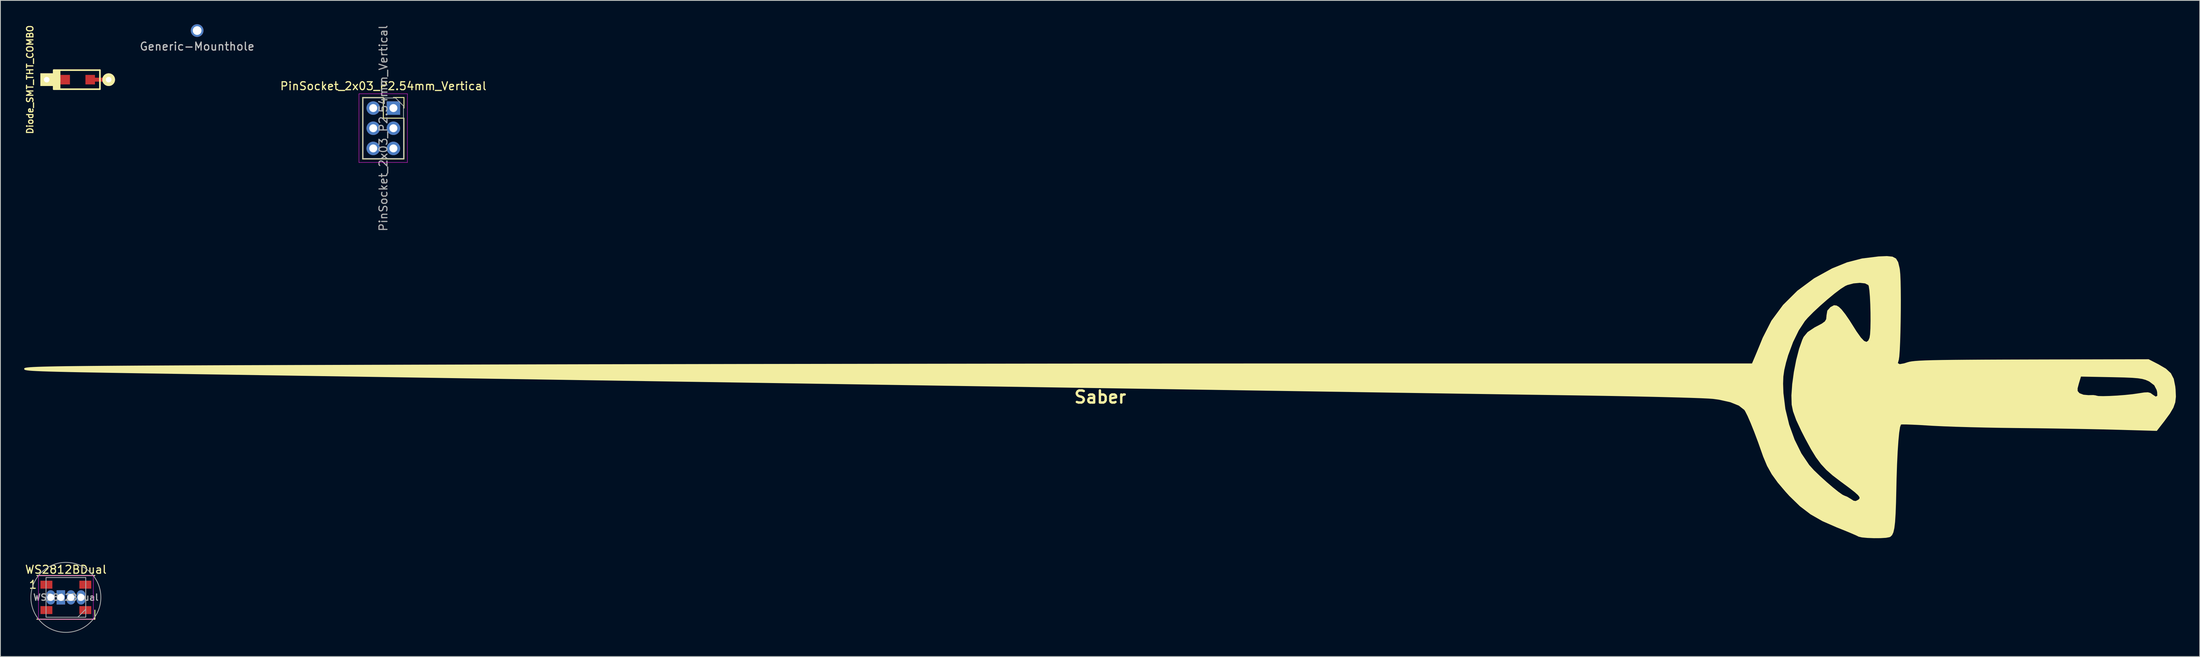
<source format=kicad_pcb>
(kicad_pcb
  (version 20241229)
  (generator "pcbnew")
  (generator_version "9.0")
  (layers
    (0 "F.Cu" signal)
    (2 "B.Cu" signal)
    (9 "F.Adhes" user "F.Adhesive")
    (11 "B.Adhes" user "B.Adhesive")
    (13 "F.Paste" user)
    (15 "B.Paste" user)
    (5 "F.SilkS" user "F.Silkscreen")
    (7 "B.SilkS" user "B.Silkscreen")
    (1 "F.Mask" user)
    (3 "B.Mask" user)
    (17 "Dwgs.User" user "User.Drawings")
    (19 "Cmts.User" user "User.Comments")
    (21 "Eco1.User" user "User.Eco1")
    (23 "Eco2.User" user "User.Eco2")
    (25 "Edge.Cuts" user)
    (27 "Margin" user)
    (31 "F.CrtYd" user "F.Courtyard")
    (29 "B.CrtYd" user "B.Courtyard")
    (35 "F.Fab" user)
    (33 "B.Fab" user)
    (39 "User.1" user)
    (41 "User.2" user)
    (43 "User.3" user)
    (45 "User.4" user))
  (footprint "Diode_SMT_THT_COMBO"
    (layer "F.Cu")
    (at 6.731 6.983)
    (property "Reference" "Diode_SMT_THT_COMBO" (at -6 0 90) (layer "F.SilkS") (effects (font (size 0.8 0.8) (thickness 0.15))))
    (attr smd)
    (fp_line (start -3.025 1.2) (end -3.025 -1.2) (stroke (width 0.2) (type solid)) (layer "F.SilkS"))
    (fp_line (start -3 -1.2) (end 2.8 -1.2) (stroke (width 0.2) (type solid)) (layer "F.SilkS"))
    (fp_line (start -2.925 -1.2) (end -2.925 1.2) (stroke (width 0.2) (type solid)) (layer "F.SilkS"))
    (fp_line (start -2.8 -1.2) (end -2.8 1.2) (stroke (width 0.2) (type solid)) (layer "F.SilkS"))
    (fp_line (start -2.625 -1.2) (end -2.625 1.2) (stroke (width 0.2) (type solid)) (layer "F.SilkS"))
    (fp_line (start -2.45 -1.2) (end -2.45 1.2) (stroke (width 0.2) (type solid)) (layer "F.SilkS"))
    (fp_line (start -2.275 -1.2) (end -2.275 1.2) (stroke (width 0.2) (type solid)) (layer "F.SilkS"))
    (fp_line (start 2.8 -1.2) (end 2.8 1.2) (stroke (width 0.2) (type solid)) (layer "F.SilkS"))
    (fp_line (start 2.8 1.2) (end -3 1.2) (stroke (width 0.2) (type solid)) (layer "F.SilkS"))
    (pad "1" thru_hole rect (at -3.9 0) (size 1.6 1.6) (drill 0.7) (layers "*.Cu" "*.Mask" "F.SilkS"))
    (pad "1" smd rect (at -2.7 0) (size 2.5 0.5) (layers "F.Cu"))
    (pad "1" smd rect (at -1.575 0) (size 1.2 1.2) (layers "F.Cu" "F.Mask" "F.Paste"))
    (pad "2" smd rect (at 1.575 0) (size 1.2 1.2) (layers "F.Cu" "F.Mask" "F.Paste"))
    (pad "2" smd rect (at 2.7 0) (size 2.5 0.5) (layers "F.Cu"))
    (pad "2" thru_hole circle (at 3.9 0) (size 1.6 1.6) (drill 0.7) (layers "*.Cu" "*.Mask" "F.SilkS")))
  (footprint "WS2812BDual"
    (layer "F.Cu")
    (at 5.244 72.187)
    (property "Reference" "WS2812BDual" (at 0 -3.5 0) (layer "F.SilkS") (effects (font (size 1 1) (thickness 0.15))))
    (attr smd)
    (fp_line (start -3.65 -2.75) (end 3.65 -2.75) (stroke (width 0.12) (type solid)) (layer "F.SilkS"))
    (fp_line (start -3.65 2.75) (end 3.65 2.75) (stroke (width 0.12) (type solid)) (layer "F.SilkS"))
    (fp_line (start 3.65 2.75) (end 3.65 1.6) (stroke (width 0.12) (type solid)) (layer "F.SilkS"))
    (fp_line (start -3.45 -2.75) (end -3.45 2.75) (stroke (width 0.05) (type solid)) (layer "F.CrtYd"))
    (fp_line (start -3.45 2.75) (end 3.45 2.75) (stroke (width 0.05) (type solid)) (layer "F.CrtYd"))
    (fp_line (start 3.45 -2.75) (end -3.45 -2.75) (stroke (width 0.05) (type solid)) (layer "F.CrtYd"))
    (fp_line (start 3.45 2.75) (end 3.45 -2.75) (stroke (width 0.05) (type solid)) (layer "F.CrtYd"))
    (fp_line (start -2.5 -2.5) (end -2.5 2.5) (stroke (width 0.1) (type solid)) (layer "F.Fab"))
    (fp_line (start -2.5 2.5) (end 2.5 2.5) (stroke (width 0.1) (type solid)) (layer "F.Fab"))
    (fp_line (start 2.5 -2.5) (end -2.5 -2.5) (stroke (width 0.1) (type solid)) (layer "F.Fab"))
    (fp_line (start 2.5 1.5) (end 1.5 2.5) (stroke (width 0.1) (type solid)) (layer "F.Fab"))
    (fp_line (start 2.5 2.5) (end 2.5 -2.5) (stroke (width 0.1) (type solid)) (layer "F.Fab"))
    (fp_circle (center 0 0) (end 4.405 0) (stroke (width 0.1) (type solid)) (fill no) (layer "F.Fab"))
    (fp_text user "1" (at -4.15 -1.6 0) (layer "F.SilkS") (effects (font (size 1 1) (thickness 0.15))))
    (fp_text user "${REFERENCE}" (at 0 0 0) (layer "F.Fab") (effects (font (size 0.8 0.8) (thickness 0.15))))
    (pad "1" smd rect (at -2.45 -1.6) (size 1.5 1) (layers "F.Cu" "F.Mask" "F.Paste"))
    (pad "1" thru_hole oval (at 0.635 0 180) (size 1.07 1.8) (drill 0.9) (layers "*.Cu" "*.Mask"))
    (pad "2" smd rect (at -2.45 1.6) (size 1.5 1) (layers "F.Cu" "F.Mask" "F.Paste"))
    (pad "2" thru_hole oval (at -1.905 0 180) (size 1.07 1.8) (drill 0.9) (layers "*.Cu" "*.Mask"))
    (pad "3" thru_hole rect (at -0.635 0 180) (size 1.07 1.8) (drill 0.9) (layers "*.Cu" "*.Mask"))
    (pad "3" smd rect (at 2.45 1.6) (size 1.5 1) (layers "F.Cu" "F.Mask" "F.Paste"))
    (pad "4" thru_hole oval (at 1.905 0 180) (size 1.07 1.8) (drill 0.9) (layers "*.Cu" "*.Mask"))
    (pad "4" smd rect (at 2.45 -1.6) (size 1.5 1) (layers "F.Cu" "F.Mask" "F.Paste")))
  (footprint "Generic-Mounthole"
    (layer "F.Cu")
    (at 21.771 0.8)
    (property "Reference" "Generic-Mounthole" (at 0 2 0) (layer "Dwgs.User") (effects (font (size 1 1) (thickness 0.15))))
    (attr exclude_from_pos_files exclude_from_bom)
    (pad "1" thru_hole circle (at 0 0) (size 1.6 1.6) (drill 1.1) (layers "*.Cu" "*.Mask")))
  (footprint "PinSocket_2x03_P2.54mm_Vertical"
    (layer "F.Cu")
    (at 46.481 10.561)
    (property "Reference" "PinSocket_2x03_P2.54mm_Vertical" (at -1.27 -2.77 0) (layer "F.SilkS") (effects (font (size 1 1) (thickness 0.15))))
    (attr through_hole)
    (fp_line (start -3.87 -1.33) (end -3.87 6.41) (stroke (width 0.12) (type solid)) (layer "F.SilkS"))
    (fp_line (start -3.87 -1.33) (end -1.27 -1.33) (stroke (width 0.12) (type solid)) (layer "F.SilkS"))
    (fp_line (start -3.87 6.41) (end 1.33 6.41) (stroke (width 0.12) (type solid)) (layer "F.SilkS"))
    (fp_line (start -1.27 -1.33) (end -1.27 1.27) (stroke (width 0.12) (type solid)) (layer "F.SilkS"))
    (fp_line (start -1.27 1.27) (end 1.33 1.27) (stroke (width 0.12) (type solid)) (layer "F.SilkS"))
    (fp_line (start 0 -1.33) (end 1.33 -1.33) (stroke (width 0.12) (type solid)) (layer "F.SilkS"))
    (fp_line (start 1.33 -1.33) (end 1.33 0) (stroke (width 0.12) (type solid)) (layer "F.SilkS"))
    (fp_line (start 1.33 1.27) (end 1.33 6.41) (stroke (width 0.12) (type solid)) (layer "F.SilkS"))
    (fp_line (start -4.34 -1.8) (end 1.76 -1.8) (stroke (width 0.05) (type solid)) (layer "F.CrtYd"))
    (fp_line (start -4.34 6.85) (end -4.34 -1.8) (stroke (width 0.05) (type solid)) (layer "F.CrtYd"))
    (fp_line (start 1.76 -1.8) (end 1.76 6.85) (stroke (width 0.05) (type solid)) (layer "F.CrtYd"))
    (fp_line (start 1.76 6.85) (end -4.34 6.85) (stroke (width 0.05) (type solid)) (layer "F.CrtYd"))
    (fp_line (start -3.81 -1.27) (end 0.27 -1.27) (stroke (width 0.1) (type solid)) (layer "F.Fab"))
    (fp_line (start -3.81 6.35) (end -3.81 -1.27) (stroke (width 0.1) (type solid)) (layer "F.Fab"))
    (fp_line (start 0.27 -1.27) (end 1.27 -0.27) (stroke (width 0.1) (type solid)) (layer "F.Fab"))
    (fp_line (start 1.27 -0.27) (end 1.27 6.35) (stroke (width 0.1) (type solid)) (layer "F.Fab"))
    (fp_line (start 1.27 6.35) (end -3.81 6.35) (stroke (width 0.1) (type solid)) (layer "F.Fab"))
    (fp_text user "${REFERENCE}" (at -1.27 2.54 270) (layer "F.Fab") (effects (font (size 1 1) (thickness 0.15))))
    (pad "1" thru_hole rect (at 0 0) (size 1.7 1.7) (drill 1) (layers "*.Cu" "*.Mask"))
    (pad "2" thru_hole oval (at -2.54 0) (size 1.7 1.7) (drill 1) (layers "*.Cu" "*.Mask"))
    (pad "3" thru_hole oval (at 0 2.54) (size 1.7 1.7) (drill 1) (layers "*.Cu" "*.Mask"))
    (pad "4" thru_hole oval (at -2.54 2.54) (size 1.7 1.7) (drill 1) (layers "*.Cu" "*.Mask"))
    (pad "5" thru_hole oval (at 0 5.08) (size 1.7 1.7) (drill 1) (layers "*.Cu" "*.Mask"))
    (pad "6" thru_hole oval (at -2.54 5.08) (size 1.7 1.7) (drill 1) (layers "*.Cu" "*.Mask")))
  (footprint "Saber"
    (layer "F.Cu")
    (at 135.469 46.959)
    (property "Reference" "Saber" (at 0 0 0) (layer "F.SilkS") (effects (font (size 1.524 1.524) (thickness 0.3))))
    (attr board_only exclude_from_pos_files exclude_from_bom)
    (fp_poly (pts (xy 99.752 -17.685) (xy 100.197 -17.446) (xy 100.467 -16.99) (xy 100.642 -16.266) (xy 100.68 -16.039) (xy 100.733 -15.478) (xy 100.771 -14.609) (xy 100.793 -13.505) (xy 100.802 -12.235) (xy 100.797 -10.871) (xy 100.78 -9.484) (xy 100.752 -8.145) (xy 100.714 -6.924) (xy 100.666 -5.893) (xy 100.61 -5.123) (xy 100.547 -4.684) (xy 100.527 -4.629) (xy 100.431 -4.272) (xy 100.659 -4.147) (xy 101.226 -4.248) (xy 101.614 -4.374) (xy 101.844 -4.439) (xy 102.157 -4.495) (xy 102.583 -4.543) (xy 103.152 -4.584) (xy 103.895 -4.619) (xy 104.842 -4.647) (xy 106.023 -4.67) (xy 107.468 -4.689) (xy 109.208 -4.703) (xy 111.273 -4.715) (xy 113.693 -4.724) (xy 116.498 -4.731) (xy 117.277 -4.733) (xy 132.001 -4.763) (xy 133.237 -4.128) (xy 134.184 -3.574) (xy 134.799 -3.005) (xy 135.163 -2.302) (xy 135.355 -1.349) (xy 135.397 -0.932) (xy 135.435 -0.056) (xy 135.357 0.663) (xy 135.119 1.338) (xy 134.681 2.083) (xy 134.001 3.01) (xy 133.905 3.135) (xy 133.032 4.258) (xy 127.847 4.113) (xy 126.284 4.073) (xy 124.406 4.034) (xy 122.318 3.995) (xy 120.129 3.96) (xy 117.944 3.929) (xy 115.872 3.906) (xy 115.378 3.901) (xy 113.46 3.877) (xy 111.498 3.841) (xy 109.58 3.796) (xy 107.79 3.744) (xy 106.215 3.686) (xy 104.941 3.627) (xy 104.505 3.601) (xy 103.318 3.529) (xy 102.285 3.478) (xy 101.477 3.45) (xy 100.965 3.447) (xy 100.816 3.465) (xy 100.704 3.783) (xy 100.595 4.484) (xy 100.495 5.526) (xy 100.404 6.867) (xy 100.327 8.467) (xy 100.266 10.284) (xy 100.238 11.528) (xy 100.197 13.29) (xy 100.145 14.676) (xy 100.078 15.731) (xy 99.986 16.502) (xy 99.865 17.037) (xy 99.707 17.381) (xy 99.507 17.58) (xy 99.376 17.645) (xy 98.934 17.727) (xy 98.233 17.769) (xy 97.406 17.773) (xy 96.585 17.741) (xy 95.902 17.677) (xy 95.491 17.583) (xy 95.462 17.567) (xy 95.149 17.413) (xy 94.529 17.144) (xy 93.693 16.798) (xy 92.729 16.413) (xy 92.71 16.405) (xy 90.929 15.626) (xy 89.437 14.772) (xy 88.096 13.749) (xy 86.773 12.463) (xy 86.319 11.966) (xy 85.306 10.774) (xy 84.546 9.718) (xy 83.961 8.673) (xy 83.473 7.51) (xy 83.317 7.068) (xy 82.827 5.683) (xy 82.343 4.393) (xy 81.891 3.267) (xy 81.5 2.372) (xy 81.197 1.777) (xy 81.084 1.61) (xy 80.402 1.079) (xy 79.339 0.65) (xy 77.925 0.335) (xy 77.144 0.229) (xy 76.618 0.19) (xy 75.708 0.147) (xy 74.452 0.102) (xy 72.89 0.054) (xy 71.061 0.006) (xy 69.004 -0.043) (xy 66.757 -0.091) (xy 64.359 -0.136) (xy 61.85 -0.179) (xy 59.902 -0.209) (xy 56.911 -0.253) (xy 53.679 -0.301) (xy 50.288 -0.351) (xy 46.823 -0.403) (xy 43.367 -0.455) (xy 40.006 -0.506) (xy 36.824 -0.555) (xy 33.903 -0.6) (xy 31.538 -0.637) (xy 28.799 -0.68) (xy 25.731 -0.728) (xy 22.429 -0.779) (xy 18.987 -0.833) (xy 15.499 -0.887) (xy 12.06 -0.94) (xy 8.765 -0.991) (xy 5.707 -1.038) (xy 4.445 -1.057) (xy 1.503 -1.102) (xy -1.736 -1.152) (xy -5.174 -1.205) (xy -8.714 -1.259) (xy -12.26 -1.314) (xy -15.713 -1.367) (xy -18.977 -1.418) (xy -21.955 -1.464) (xy -23.072 -1.482) (xy -25.917 -1.526) (xy -29.087 -1.575) (xy -32.484 -1.628) (xy -36.009 -1.682) (xy -36.072 -1.683) (xy 85.979 -1.683) (xy 86.019 -0.548) (xy 86.024 -0.465) (xy 86.265 1.498) (xy 86.746 3.475) (xy 87.432 5.372) (xy 88.284 7.094) (xy 89.264 8.547) (xy 89.856 9.207) (xy 90.646 9.963) (xy 91.47 10.708) (xy 92.259 11.384) (xy 92.943 11.932) (xy 93.451 12.292) (xy 93.687 12.408) (xy 94.052 12.552) (xy 94.438 12.785) (xy 94.856 13.052) (xy 95.127 13.09) (xy 95.443 12.928) (xy 95.448 12.925) (xy 95.596 12.785) (xy 95.595 12.606) (xy 95.406 12.349) (xy 94.99 11.974) (xy 94.308 11.441) (xy 93.323 10.712) (xy 93.163 10.594) (xy 92.213 9.869) (xy 91.428 9.177) (xy 90.749 8.442) (xy 90.116 7.589) (xy 89.473 6.542) (xy 88.759 5.225) (xy 88.273 4.275) (xy 87.628 2.896) (xy 87.228 1.792) (xy 87.056 0.956) (xy 87.025 -0.211) (xy 87.088 -1.093) (xy 123.058 -1.093) (xy 123.066 -0.764) (xy 123.248 -0.539) (xy 123.328 -0.477) (xy 123.798 -0.298) (xy 124.427 -0.241) (xy 124.504 -0.245) (xy 125.044 -0.254) (xy 125.375 -0.204) (xy 125.401 -0.188) (xy 125.672 -0.133) (xy 126.268 -0.118) (xy 127.092 -0.139) (xy 128.046 -0.189) (xy 129.036 -0.266) (xy 129.963 -0.362) (xy 130.65 -0.46) (xy 131.429 -0.579) (xy 131.915 -0.601) (xy 132.233 -0.517) (xy 132.503 -0.318) (xy 132.504 -0.317) (xy 132.898 -0.059) (xy 133.092 -0.166) (xy 133.073 -0.627) (xy 133.008 -0.896) (xy 132.703 -1.486) (xy 132.104 -1.941) (xy 131.971 -2.011) (xy 131.612 -2.166) (xy 131.197 -2.282) (xy 130.656 -2.366) (xy 129.917 -2.426) (xy 128.909 -2.468) (xy 127.56 -2.501) (xy 127.304 -2.506) (xy 123.48 -2.579) (xy 123.209 -1.672) (xy 123.058 -1.093) (xy 87.088 -1.093) (xy 87.125 -1.622) (xy 87.333 -3.152) (xy 87.629 -4.678) (xy 87.99 -6.076) (xy 88.395 -7.224) (xy 88.561 -7.578) (xy 89.065 -8.186) (xy 89.951 -8.776) (xy 90.175 -8.893) (xy 90.854 -9.252) (xy 91.233 -9.528) (xy 91.4 -9.814) (xy 91.44 -10.202) (xy 91.44 -10.264) (xy 91.546 -10.891) (xy 91.922 -11.312) (xy 91.969 -11.344) (xy 92.387 -11.567) (xy 92.716 -11.528) (xy 93.007 -11.357) (xy 93.345 -11.029) (xy 93.812 -10.439) (xy 94.326 -9.693) (xy 94.527 -9.375) (xy 95.23 -8.262) (xy 95.77 -7.503) (xy 96.176 -7.074) (xy 96.476 -6.95) (xy 96.7 -7.108) (xy 96.858 -7.461) (xy 96.929 -7.906) (xy 96.973 -8.644) (xy 96.99 -9.582) (xy 96.984 -10.624) (xy 96.956 -11.678) (xy 96.908 -12.648) (xy 96.843 -13.441) (xy 96.763 -13.962) (xy 96.707 -14.105) (xy 96.296 -14.317) (xy 95.628 -14.385) (xy 94.843 -14.314) (xy 94.081 -14.111) (xy 93.809 -13.991) (xy 93.236 -13.627) (xy 92.457 -13.038) (xy 91.562 -12.3) (xy 90.642 -11.493) (xy 89.785 -10.694) (xy 89.081 -9.981) (xy 88.725 -9.571) (xy 87.954 -8.398) (xy 87.233 -6.921) (xy 86.615 -5.259) (xy 86.348 -4.339) (xy 86.129 -3.409) (xy 86.011 -2.58) (xy 85.979 -1.683) (xy -36.072 -1.683) (xy -39.566 -1.737) (xy -43.054 -1.791) (xy -46.378 -1.842) (xy -49.437 -1.889) (xy -50.483 -1.905) (xy -53.425 -1.95) (xy -56.671 -2) (xy -60.123 -2.053) (xy -63.682 -2.108) (xy -67.249 -2.163) (xy -70.724 -2.217) (xy -74.01 -2.268) (xy -77.007 -2.314) (xy -77.999 -2.33) (xy -80.915 -2.375) (xy -84.146 -2.425) (xy -87.59 -2.478) (xy -91.144 -2.533) (xy -94.707 -2.588) (xy -98.175 -2.642) (xy -101.446 -2.692) (xy -104.418 -2.738) (xy -104.987 -2.746) (xy -109.179 -2.811) (xy -112.969 -2.869) (xy -116.376 -2.922) (xy -119.421 -2.969) (xy -122.124 -3.013) (xy -124.505 -3.052) (xy -126.585 -3.089) (xy -128.384 -3.122) (xy -129.923 -3.154) (xy -131.221 -3.184) (xy -132.3 -3.213) (xy -133.179 -3.242) (xy -133.879 -3.271) (xy -134.42 -3.3) (xy -134.822 -3.331) (xy -135.106 -3.364) (xy -135.293 -3.399) (xy -135.402 -3.437) (xy -135.454 -3.479) (xy -135.469 -3.524) (xy -135.467 -3.575) (xy -135.467 -3.595) (xy -135.448 -3.633) (xy -135.382 -3.667) (xy -135.252 -3.7) (xy -135.045 -3.73) (xy -134.745 -3.758) (xy -134.336 -3.784) (xy -133.803 -3.808) (xy -133.132 -3.831) (xy -132.307 -3.851) (xy -131.312 -3.871) (xy -130.133 -3.889) (xy -128.754 -3.905) (xy -127.161 -3.921) (xy -125.337 -3.936) (xy -123.269 -3.95) (xy -120.94 -3.964) (xy -118.335 -3.977) (xy -115.439 -3.99) (xy -112.238 -4.002) (xy -108.715 -4.015) (xy -104.856 -4.027) (xy -100.645 -4.04) (xy -96.067 -4.053) (xy -91.107 -4.067) (xy -85.751 -4.082) (xy -81.65 -4.092) (xy -76.085 -4.106) (xy -70.146 -4.12) (xy -63.884 -4.133) (xy -57.35 -4.145) (xy -50.594 -4.157) (xy -43.666 -4.169) (xy -36.616 -4.179) (xy -29.496 -4.189) (xy -22.354 -4.198) (xy -15.242 -4.206) (xy -8.21 -4.214) (xy -1.308 -4.22) (xy 5.414 -4.225) (xy 11.905 -4.229) (xy 18.115 -4.232) (xy 23.994 -4.233) (xy 27.114 -4.233) (xy 82.062 -4.233) (xy 82.402 -5.027) (xy 82.646 -5.609) (xy 82.983 -6.423) (xy 83.346 -7.312) (xy 83.41 -7.469) (xy 84.505 -9.618) (xy 85.971 -11.604) (xy 87.775 -13.395) (xy 89.884 -14.958) (xy 92.14 -16.202) (xy 94.031 -16.969) (xy 95.911 -17.455) (xy 97.976 -17.71) (xy 98.011 -17.713) (xy 99.05 -17.757)) (stroke (width 0) (type solid)) (fill yes) (layer "F.SilkS")))
  (gr_rect
    (start -3 -3)
    (end 273.904 79.642)
    (stroke (width 0.1) (type default))
    (fill no)
    (layer "Edge.Cuts")))
</source>
